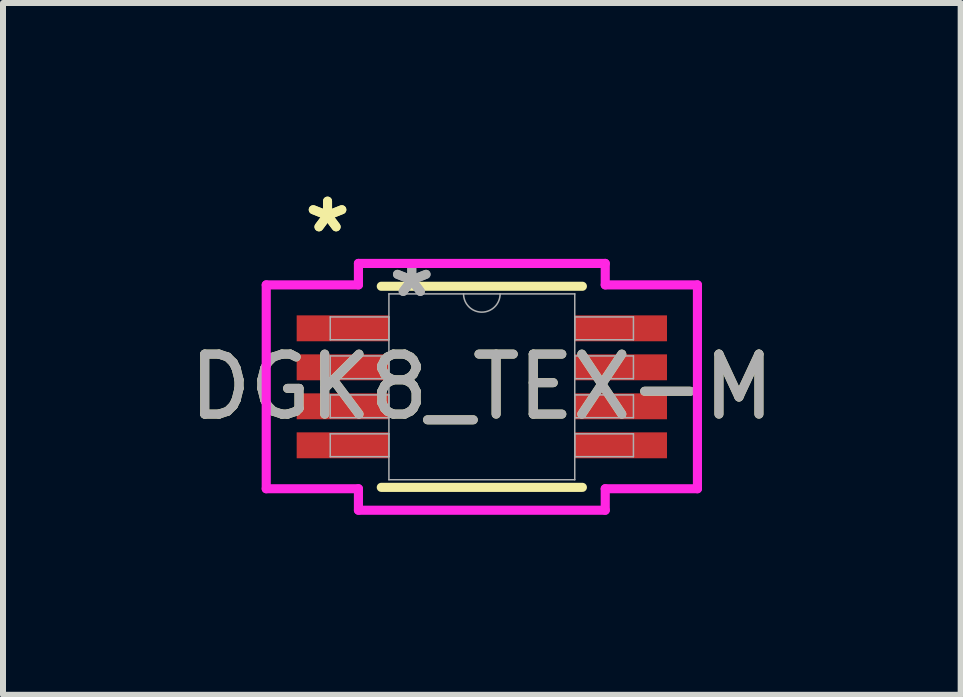
<source format=kicad_pcb>
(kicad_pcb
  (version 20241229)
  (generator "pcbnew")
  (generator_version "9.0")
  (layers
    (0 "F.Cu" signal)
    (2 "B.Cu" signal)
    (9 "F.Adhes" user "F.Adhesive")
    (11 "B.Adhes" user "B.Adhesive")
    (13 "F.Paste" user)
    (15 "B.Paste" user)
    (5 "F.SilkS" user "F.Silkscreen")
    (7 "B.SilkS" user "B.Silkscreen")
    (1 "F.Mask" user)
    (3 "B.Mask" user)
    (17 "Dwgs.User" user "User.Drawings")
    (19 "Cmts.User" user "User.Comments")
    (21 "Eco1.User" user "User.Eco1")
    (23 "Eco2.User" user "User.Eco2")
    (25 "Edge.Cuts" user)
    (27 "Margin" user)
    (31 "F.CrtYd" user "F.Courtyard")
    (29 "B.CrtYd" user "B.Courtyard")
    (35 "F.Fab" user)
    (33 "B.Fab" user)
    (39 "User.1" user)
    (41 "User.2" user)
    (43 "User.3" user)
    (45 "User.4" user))
  (footprint "DGK8_TEX-M"
    (layer "F.Cu")
    (at 4.982 3.398)
    (property "Reference" "DGK8_TEX-M" (at 0 0 0) (unlocked yes) (layer "F.SilkS") (effects (font (size 1 1) (thickness 0.15))))
    (attr smd)
    (fp_line (start -1.676 1.676) (end 1.676 1.676) (stroke (width 0.152) (type solid)) (layer "F.SilkS"))
    (fp_line (start 1.676 -1.676) (end -1.676 -1.676) (stroke (width 0.152) (type solid)) (layer "F.SilkS"))
    (fp_line (start -3.594 -1.699) (end -2.057 -1.699) (stroke (width 0.152) (type solid)) (layer "F.CrtYd"))
    (fp_line (start -3.594 1.699) (end -3.594 -1.699) (stroke (width 0.152) (type solid)) (layer "F.CrtYd"))
    (fp_line (start -3.594 1.699) (end -2.057 1.699) (stroke (width 0.152) (type solid)) (layer "F.CrtYd"))
    (fp_line (start -2.057 -2.057) (end 2.057 -2.057) (stroke (width 0.152) (type solid)) (layer "F.CrtYd"))
    (fp_line (start -2.057 -1.699) (end -2.057 -2.057) (stroke (width 0.152) (type solid)) (layer "F.CrtYd"))
    (fp_line (start -2.057 2.057) (end -2.057 1.699) (stroke (width 0.152) (type solid)) (layer "F.CrtYd"))
    (fp_line (start 2.057 -2.057) (end 2.057 -1.699) (stroke (width 0.152) (type solid)) (layer "F.CrtYd"))
    (fp_line (start 2.057 1.699) (end 2.057 2.057) (stroke (width 0.152) (type solid)) (layer "F.CrtYd"))
    (fp_line (start 2.057 2.057) (end -2.057 2.057) (stroke (width 0.152) (type solid)) (layer "F.CrtYd"))
    (fp_line (start 3.594 -1.699) (end 2.057 -1.699) (stroke (width 0.152) (type solid)) (layer "F.CrtYd"))
    (fp_line (start 3.594 -1.699) (end 3.594 1.699) (stroke (width 0.152) (type solid)) (layer "F.CrtYd"))
    (fp_line (start 3.594 1.699) (end 2.057 1.699) (stroke (width 0.152) (type solid)) (layer "F.CrtYd"))
    (fp_line (start -2.527 -1.165) (end -2.527 -0.784) (stroke (width 0.025) (type solid)) (layer "F.Fab"))
    (fp_line (start -2.527 -0.784) (end -1.549 -0.784) (stroke (width 0.025) (type solid)) (layer "F.Fab"))
    (fp_line (start -2.527 -0.515) (end -2.527 -0.135) (stroke (width 0.025) (type solid)) (layer "F.Fab"))
    (fp_line (start -2.527 -0.135) (end -1.549 -0.135) (stroke (width 0.025) (type solid)) (layer "F.Fab"))
    (fp_line (start -2.527 0.135) (end -2.527 0.515) (stroke (width 0.025) (type solid)) (layer "F.Fab"))
    (fp_line (start -2.527 0.515) (end -1.549 0.515) (stroke (width 0.025) (type solid)) (layer "F.Fab"))
    (fp_line (start -2.527 0.784) (end -2.527 1.165) (stroke (width 0.025) (type solid)) (layer "F.Fab"))
    (fp_line (start -2.527 1.165) (end -1.549 1.165) (stroke (width 0.025) (type solid)) (layer "F.Fab"))
    (fp_line (start -1.549 -1.549) (end -1.549 1.549) (stroke (width 0.025) (type solid)) (layer "F.Fab"))
    (fp_line (start -1.549 -1.165) (end -2.527 -1.165) (stroke (width 0.025) (type solid)) (layer "F.Fab"))
    (fp_line (start -1.549 -0.784) (end -1.549 -1.165) (stroke (width 0.025) (type solid)) (layer "F.Fab"))
    (fp_line (start -1.549 -0.515) (end -2.527 -0.515) (stroke (width 0.025) (type solid)) (layer "F.Fab"))
    (fp_line (start -1.549 -0.135) (end -1.549 -0.515) (stroke (width 0.025) (type solid)) (layer "F.Fab"))
    (fp_line (start -1.549 0.135) (end -2.527 0.135) (stroke (width 0.025) (type solid)) (layer "F.Fab"))
    (fp_line (start -1.549 0.515) (end -1.549 0.135) (stroke (width 0.025) (type solid)) (layer "F.Fab"))
    (fp_line (start -1.549 0.784) (end -2.527 0.784) (stroke (width 0.025) (type solid)) (layer "F.Fab"))
    (fp_line (start -1.549 1.165) (end -1.549 0.784) (stroke (width 0.025) (type solid)) (layer "F.Fab"))
    (fp_line (start -1.549 1.549) (end 1.549 1.549) (stroke (width 0.025) (type solid)) (layer "F.Fab"))
    (fp_line (start 1.549 -1.549) (end -1.549 -1.549) (stroke (width 0.025) (type solid)) (layer "F.Fab"))
    (fp_line (start 1.549 -1.165) (end 1.549 -0.784) (stroke (width 0.025) (type solid)) (layer "F.Fab"))
    (fp_line (start 1.549 -0.784) (end 2.527 -0.784) (stroke (width 0.025) (type solid)) (layer "F.Fab"))
    (fp_line (start 1.549 -0.515) (end 1.549 -0.135) (stroke (width 0.025) (type solid)) (layer "F.Fab"))
    (fp_line (start 1.549 -0.135) (end 2.527 -0.135) (stroke (width 0.025) (type solid)) (layer "F.Fab"))
    (fp_line (start 1.549 0.135) (end 1.549 0.515) (stroke (width 0.025) (type solid)) (layer "F.Fab"))
    (fp_line (start 1.549 0.515) (end 2.527 0.515) (stroke (width 0.025) (type solid)) (layer "F.Fab"))
    (fp_line (start 1.549 0.784) (end 1.549 1.165) (stroke (width 0.025) (type solid)) (layer "F.Fab"))
    (fp_line (start 1.549 1.165) (end 2.527 1.165) (stroke (width 0.025) (type solid)) (layer "F.Fab"))
    (fp_line (start 1.549 1.549) (end 1.549 -1.549) (stroke (width 0.025) (type solid)) (layer "F.Fab"))
    (fp_line (start 2.527 -1.165) (end 1.549 -1.165) (stroke (width 0.025) (type solid)) (layer "F.Fab"))
    (fp_line (start 2.527 -0.784) (end 2.527 -1.165) (stroke (width 0.025) (type solid)) (layer "F.Fab"))
    (fp_line (start 2.527 -0.515) (end 1.549 -0.515) (stroke (width 0.025) (type solid)) (layer "F.Fab"))
    (fp_line (start 2.527 -0.135) (end 2.527 -0.515) (stroke (width 0.025) (type solid)) (layer "F.Fab"))
    (fp_line (start 2.527 0.135) (end 1.549 0.135) (stroke (width 0.025) (type solid)) (layer "F.Fab"))
    (fp_line (start 2.527 0.515) (end 2.527 0.135) (stroke (width 0.025) (type solid)) (layer "F.Fab"))
    (fp_line (start 2.527 0.784) (end 1.549 0.784) (stroke (width 0.025) (type solid)) (layer "F.Fab"))
    (fp_line (start 2.527 1.165) (end 2.527 0.784) (stroke (width 0.025) (type solid)) (layer "F.Fab"))
    (fp_arc (start 0.3048 -1.5494) (mid 0 -1.2446) (end -0.3048 -1.5494) (stroke (width 0.0254) (type solid)) (layer "F.Fab"))
    (fp_text user "*" (at -2.572 -2.55 0) (unlocked yes) (layer "F.SilkS") (effects (font (size 1 1) (thickness 0.15))))
    (fp_text user "*" (at -2.572 -2.55 0) (layer "F.SilkS") (effects (font (size 1 1) (thickness 0.15))))
    (fp_text user "*" (at -1.168 -1.473 0) (unlocked yes) (layer "F.Fab") (effects (font (size 1 1) (thickness 0.15))))
    (fp_text user "*" (at -1.168 -1.473 0) (layer "F.Fab") (effects (font (size 1 1) (thickness 0.15))))
    (fp_text user "${REFERENCE}" (at 0 0 0) (unlocked yes) (layer "F.Fab") (effects (font (size 1 1) (thickness 0.15))))
    (pad "1" smd rect (at -2.318 -0.975) (size 1.537 0.432) (layers "F.Cu" "F.Mask" "F.Paste"))
    (pad "2" smd rect (at -2.318 -0.325) (size 1.537 0.432) (layers "F.Cu" "F.Mask" "F.Paste"))
    (pad "3" smd rect (at -2.318 0.325) (size 1.537 0.432) (layers "F.Cu" "F.Mask" "F.Paste"))
    (pad "4" smd rect (at -2.318 0.975) (size 1.537 0.432) (layers "F.Cu" "F.Mask" "F.Paste"))
    (pad "5" smd rect (at 2.318 0.975) (size 1.537 0.432) (layers "F.Cu" "F.Mask" "F.Paste"))
    (pad "6" smd rect (at 2.318 0.325) (size 1.537 0.432) (layers "F.Cu" "F.Mask" "F.Paste"))
    (pad "7" smd rect (at 2.318 -0.325) (size 1.537 0.432) (layers "F.Cu" "F.Mask" "F.Paste"))
    (pad "8" smd rect (at 2.318 -0.975) (size 1.537 0.432) (layers "F.Cu" "F.Mask" "F.Paste")))
  (gr_rect
    (start -3 -3)
    (end 12.964 8.532)
    (stroke (width 0.1) (type default))
    (fill no)
    (layer "Edge.Cuts")))
</source>
